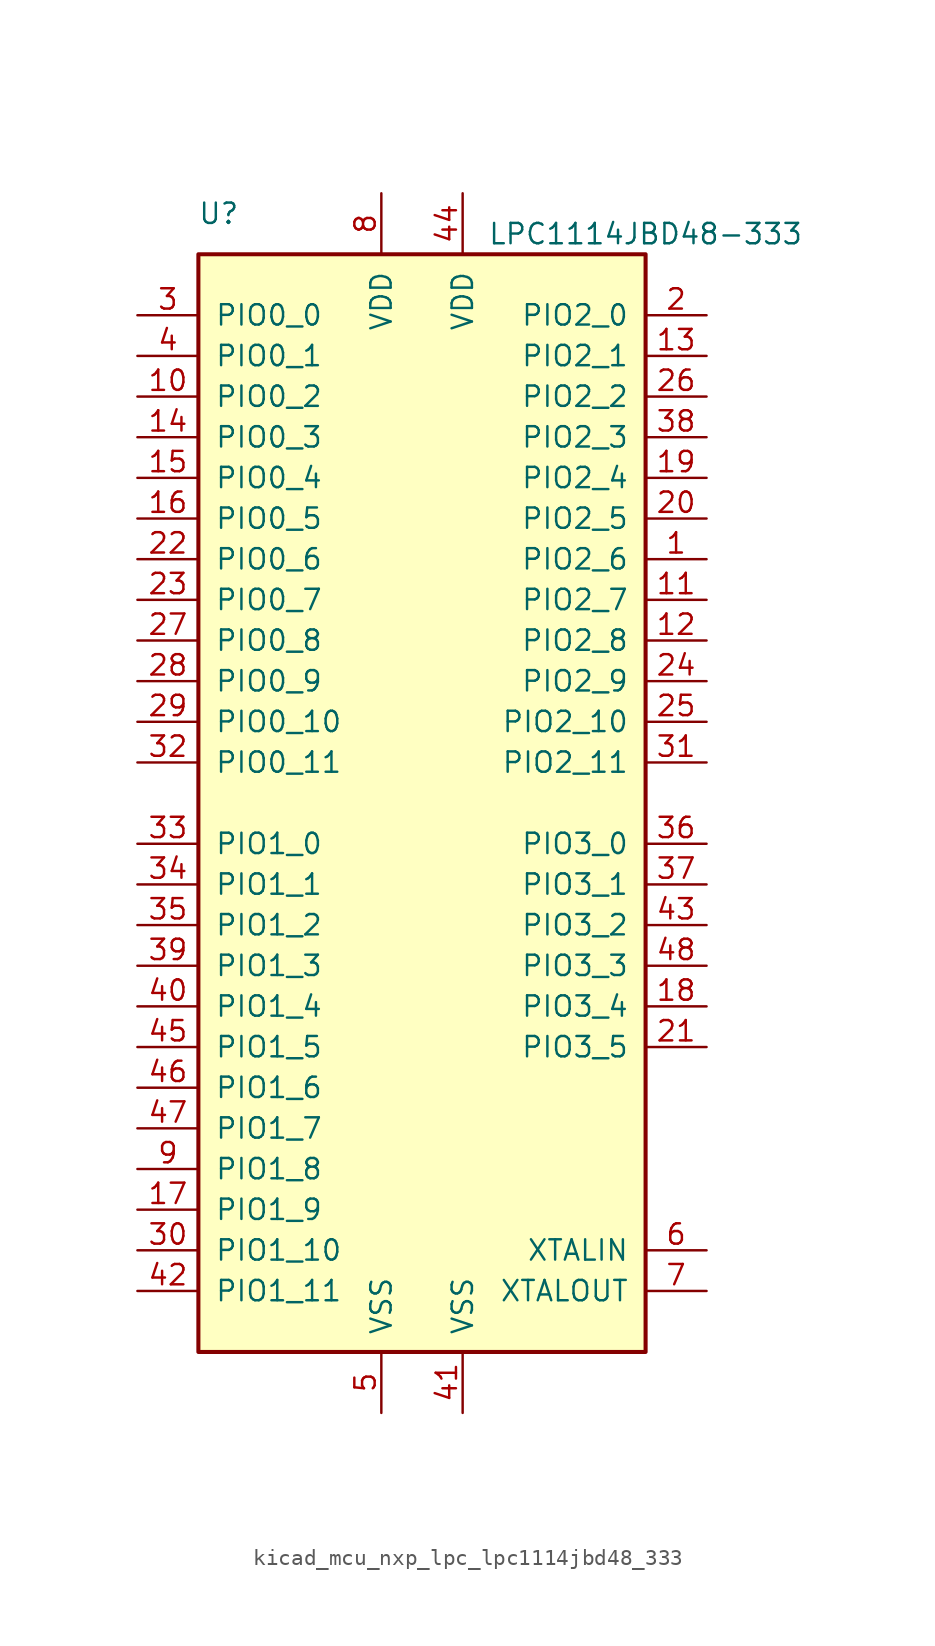
<source format=kicad_sym>
(kicad_symbol_lib
  (version 20220914)
  (generator kicad_symbol_editor)
  (symbol "kicad_mcu_nxp_lpc_lpc1114jbd48_333"
    (pin_names
      (offset 1.016))
    (property "Reference" "U"
      (at -12.7 36.83 0)
      (effects (font (size 1.27 1.27))))
    (property "Value" "LPC1114JBD48-333"
      (at 13.97 35.56 0)
      (effects (font (size 1.27 1.27))))
    (symbol "kicad_mcu_nxp_lpc_lpc1114jbd48_333_0_1"
      (rectangle (start -13.97 34.29) (end 13.97 -34.29) (stroke (width 0.254) (type default)) (fill (type background))))
    (symbol "kicad_mcu_nxp_lpc_lpc1114jbd48_333_1_1"
      (pin bidirectional line (at 17.78 15.24 180) (length 3.81) (name "PIO2_6" (effects (font (size 1.27 1.27)))) (number "1" (effects (font (size 1.27 1.27)))))
      (pin bidirectional line (at -17.78 25.4 0) (length 3.81) (name "PIO0_2" (effects (font (size 1.27 1.27)))) (number "10" (effects (font (size 1.27 1.27)))))
      (pin bidirectional line (at 17.78 12.7 180) (length 3.81) (name "PIO2_7" (effects (font (size 1.27 1.27)))) (number "11" (effects (font (size 1.27 1.27)))))
      (pin bidirectional line (at 17.78 10.16 180) (length 3.81) (name "PIO2_8" (effects (font (size 1.27 1.27)))) (number "12" (effects (font (size 1.27 1.27)))))
      (pin bidirectional line (at 17.78 27.94 180) (length 3.81) (name "PIO2_1" (effects (font (size 1.27 1.27)))) (number "13" (effects (font (size 1.27 1.27)))))
      (pin bidirectional line (at -17.78 22.86 0) (length 3.81) (name "PIO0_3" (effects (font (size 1.27 1.27)))) (number "14" (effects (font (size 1.27 1.27)))))
      (pin bidirectional line (at -17.78 20.32 0) (length 3.81) (name "PIO0_4" (effects (font (size 1.27 1.27)))) (number "15" (effects (font (size 1.27 1.27)))))
      (pin bidirectional line (at -17.78 17.78 0) (length 3.81) (name "PIO0_5" (effects (font (size 1.27 1.27)))) (number "16" (effects (font (size 1.27 1.27)))))
      (pin bidirectional line (at -17.78 -25.4 0) (length 3.81) (name "PIO1_9" (effects (font (size 1.27 1.27)))) (number "17" (effects (font (size 1.27 1.27)))))
      (pin bidirectional line (at 17.78 -12.7 180) (length 3.81) (name "PIO3_4" (effects (font (size 1.27 1.27)))) (number "18" (effects (font (size 1.27 1.27)))))
      (pin bidirectional line (at 17.78 20.32 180) (length 3.81) (name "PIO2_4" (effects (font (size 1.27 1.27)))) (number "19" (effects (font (size 1.27 1.27)))))
      (pin bidirectional line (at 17.78 30.48 180) (length 3.81) (name "PIO2_0" (effects (font (size 1.27 1.27)))) (number "2" (effects (font (size 1.27 1.27)))))
      (pin bidirectional line (at 17.78 17.78 180) (length 3.81) (name "PIO2_5" (effects (font (size 1.27 1.27)))) (number "20" (effects (font (size 1.27 1.27)))))
      (pin bidirectional line (at 17.78 -15.24 180) (length 3.81) (name "PIO3_5" (effects (font (size 1.27 1.27)))) (number "21" (effects (font (size 1.27 1.27)))))
      (pin bidirectional line (at -17.78 15.24 0) (length 3.81) (name "PIO0_6" (effects (font (size 1.27 1.27)))) (number "22" (effects (font (size 1.27 1.27)))))
      (pin bidirectional line (at -17.78 12.7 0) (length 3.81) (name "PIO0_7" (effects (font (size 1.27 1.27)))) (number "23" (effects (font (size 1.27 1.27)))))
      (pin bidirectional line (at 17.78 7.62 180) (length 3.81) (name "PIO2_9" (effects (font (size 1.27 1.27)))) (number "24" (effects (font (size 1.27 1.27)))))
      (pin bidirectional line (at 17.78 5.08 180) (length 3.81) (name "PIO2_10" (effects (font (size 1.27 1.27)))) (number "25" (effects (font (size 1.27 1.27)))))
      (pin bidirectional line (at 17.78 25.4 180) (length 3.81) (name "PIO2_2" (effects (font (size 1.27 1.27)))) (number "26" (effects (font (size 1.27 1.27)))))
      (pin bidirectional line (at -17.78 10.16 0) (length 3.81) (name "PIO0_8" (effects (font (size 1.27 1.27)))) (number "27" (effects (font (size 1.27 1.27)))))
      (pin bidirectional line (at -17.78 7.62 0) (length 3.81) (name "PIO0_9" (effects (font (size 1.27 1.27)))) (number "28" (effects (font (size 1.27 1.27)))))
      (pin bidirectional line (at -17.78 5.08 0) (length 3.81) (name "PIO0_10" (effects (font (size 1.27 1.27)))) (number "29" (effects (font (size 1.27 1.27)))))
      (pin bidirectional line (at -17.78 30.48 0) (length 3.81) (name "PIO0_0" (effects (font (size 1.27 1.27)))) (number "3" (effects (font (size 1.27 1.27)))))
      (pin bidirectional line (at -17.78 -27.94 0) (length 3.81) (name "PIO1_10" (effects (font (size 1.27 1.27)))) (number "30" (effects (font (size 1.27 1.27)))))
      (pin bidirectional line (at 17.78 2.54 180) (length 3.81) (name "PIO2_11" (effects (font (size 1.27 1.27)))) (number "31" (effects (font (size 1.27 1.27)))))
      (pin bidirectional line (at -17.78 2.54 0) (length 3.81) (name "PIO0_11" (effects (font (size 1.27 1.27)))) (number "32" (effects (font (size 1.27 1.27)))))
      (pin bidirectional line (at -17.78 -2.54 0) (length 3.81) (name "PIO1_0" (effects (font (size 1.27 1.27)))) (number "33" (effects (font (size 1.27 1.27)))))
      (pin bidirectional line (at -17.78 -5.08 0) (length 3.81) (name "PIO1_1" (effects (font (size 1.27 1.27)))) (number "34" (effects (font (size 1.27 1.27)))))
      (pin bidirectional line (at -17.78 -7.62 0) (length 3.81) (name "PIO1_2" (effects (font (size 1.27 1.27)))) (number "35" (effects (font (size 1.27 1.27)))))
      (pin bidirectional line (at 17.78 -2.54 180) (length 3.81) (name "PIO3_0" (effects (font (size 1.27 1.27)))) (number "36" (effects (font (size 1.27 1.27)))))
      (pin bidirectional line (at 17.78 -5.08 180) (length 3.81) (name "PIO3_1" (effects (font (size 1.27 1.27)))) (number "37" (effects (font (size 1.27 1.27)))))
      (pin bidirectional line (at 17.78 22.86 180) (length 3.81) (name "PIO2_3" (effects (font (size 1.27 1.27)))) (number "38" (effects (font (size 1.27 1.27)))))
      (pin bidirectional line (at -17.78 -10.16 0) (length 3.81) (name "PIO1_3" (effects (font (size 1.27 1.27)))) (number "39" (effects (font (size 1.27 1.27)))))
      (pin bidirectional line (at -17.78 27.94 0) (length 3.81) (name "PIO0_1" (effects (font (size 1.27 1.27)))) (number "4" (effects (font (size 1.27 1.27)))))
      (pin bidirectional line (at -17.78 -12.7 0) (length 3.81) (name "PIO1_4" (effects (font (size 1.27 1.27)))) (number "40" (effects (font (size 1.27 1.27)))))
      (pin power_in line (at 2.54 -38.1 90) (length 3.81) (name "VSS" (effects (font (size 1.27 1.27)))) (number "41" (effects (font (size 1.27 1.27)))))
      (pin bidirectional line (at -17.78 -30.48 0) (length 3.81) (name "PIO1_11" (effects (font (size 1.27 1.27)))) (number "42" (effects (font (size 1.27 1.27)))))
      (pin bidirectional line (at 17.78 -7.62 180) (length 3.81) (name "PIO3_2" (effects (font (size 1.27 1.27)))) (number "43" (effects (font (size 1.27 1.27)))))
      (pin power_in line (at 2.54 38.1 270) (length 3.81) (name "VDD" (effects (font (size 1.27 1.27)))) (number "44" (effects (font (size 1.27 1.27)))))
      (pin bidirectional line (at -17.78 -15.24 0) (length 3.81) (name "PIO1_5" (effects (font (size 1.27 1.27)))) (number "45" (effects (font (size 1.27 1.27)))))
      (pin bidirectional line (at -17.78 -17.78 0) (length 3.81) (name "PIO1_6" (effects (font (size 1.27 1.27)))) (number "46" (effects (font (size 1.27 1.27)))))
      (pin bidirectional line (at -17.78 -20.32 0) (length 3.81) (name "PIO1_7" (effects (font (size 1.27 1.27)))) (number "47" (effects (font (size 1.27 1.27)))))
      (pin bidirectional line (at 17.78 -10.16 180) (length 3.81) (name "PIO3_3" (effects (font (size 1.27 1.27)))) (number "48" (effects (font (size 1.27 1.27)))))
      (pin power_in line (at -2.54 -38.1 90) (length 3.81) (name "VSS" (effects (font (size 1.27 1.27)))) (number "5" (effects (font (size 1.27 1.27)))))
      (pin input line (at 17.78 -27.94 180) (length 3.81) (name "XTALIN" (effects (font (size 1.27 1.27)))) (number "6" (effects (font (size 1.27 1.27)))))
      (pin output line (at 17.78 -30.48 180) (length 3.81) (name "XTALOUT" (effects (font (size 1.27 1.27)))) (number "7" (effects (font (size 1.27 1.27)))))
      (pin power_in line (at -2.54 38.1 270) (length 3.81) (name "VDD" (effects (font (size 1.27 1.27)))) (number "8" (effects (font (size 1.27 1.27)))))
      (pin bidirectional line (at -17.78 -22.86 0) (length 3.81) (name "PIO1_8" (effects (font (size 1.27 1.27)))) (number "9" (effects (font (size 1.27 1.27))))))))
</source>
